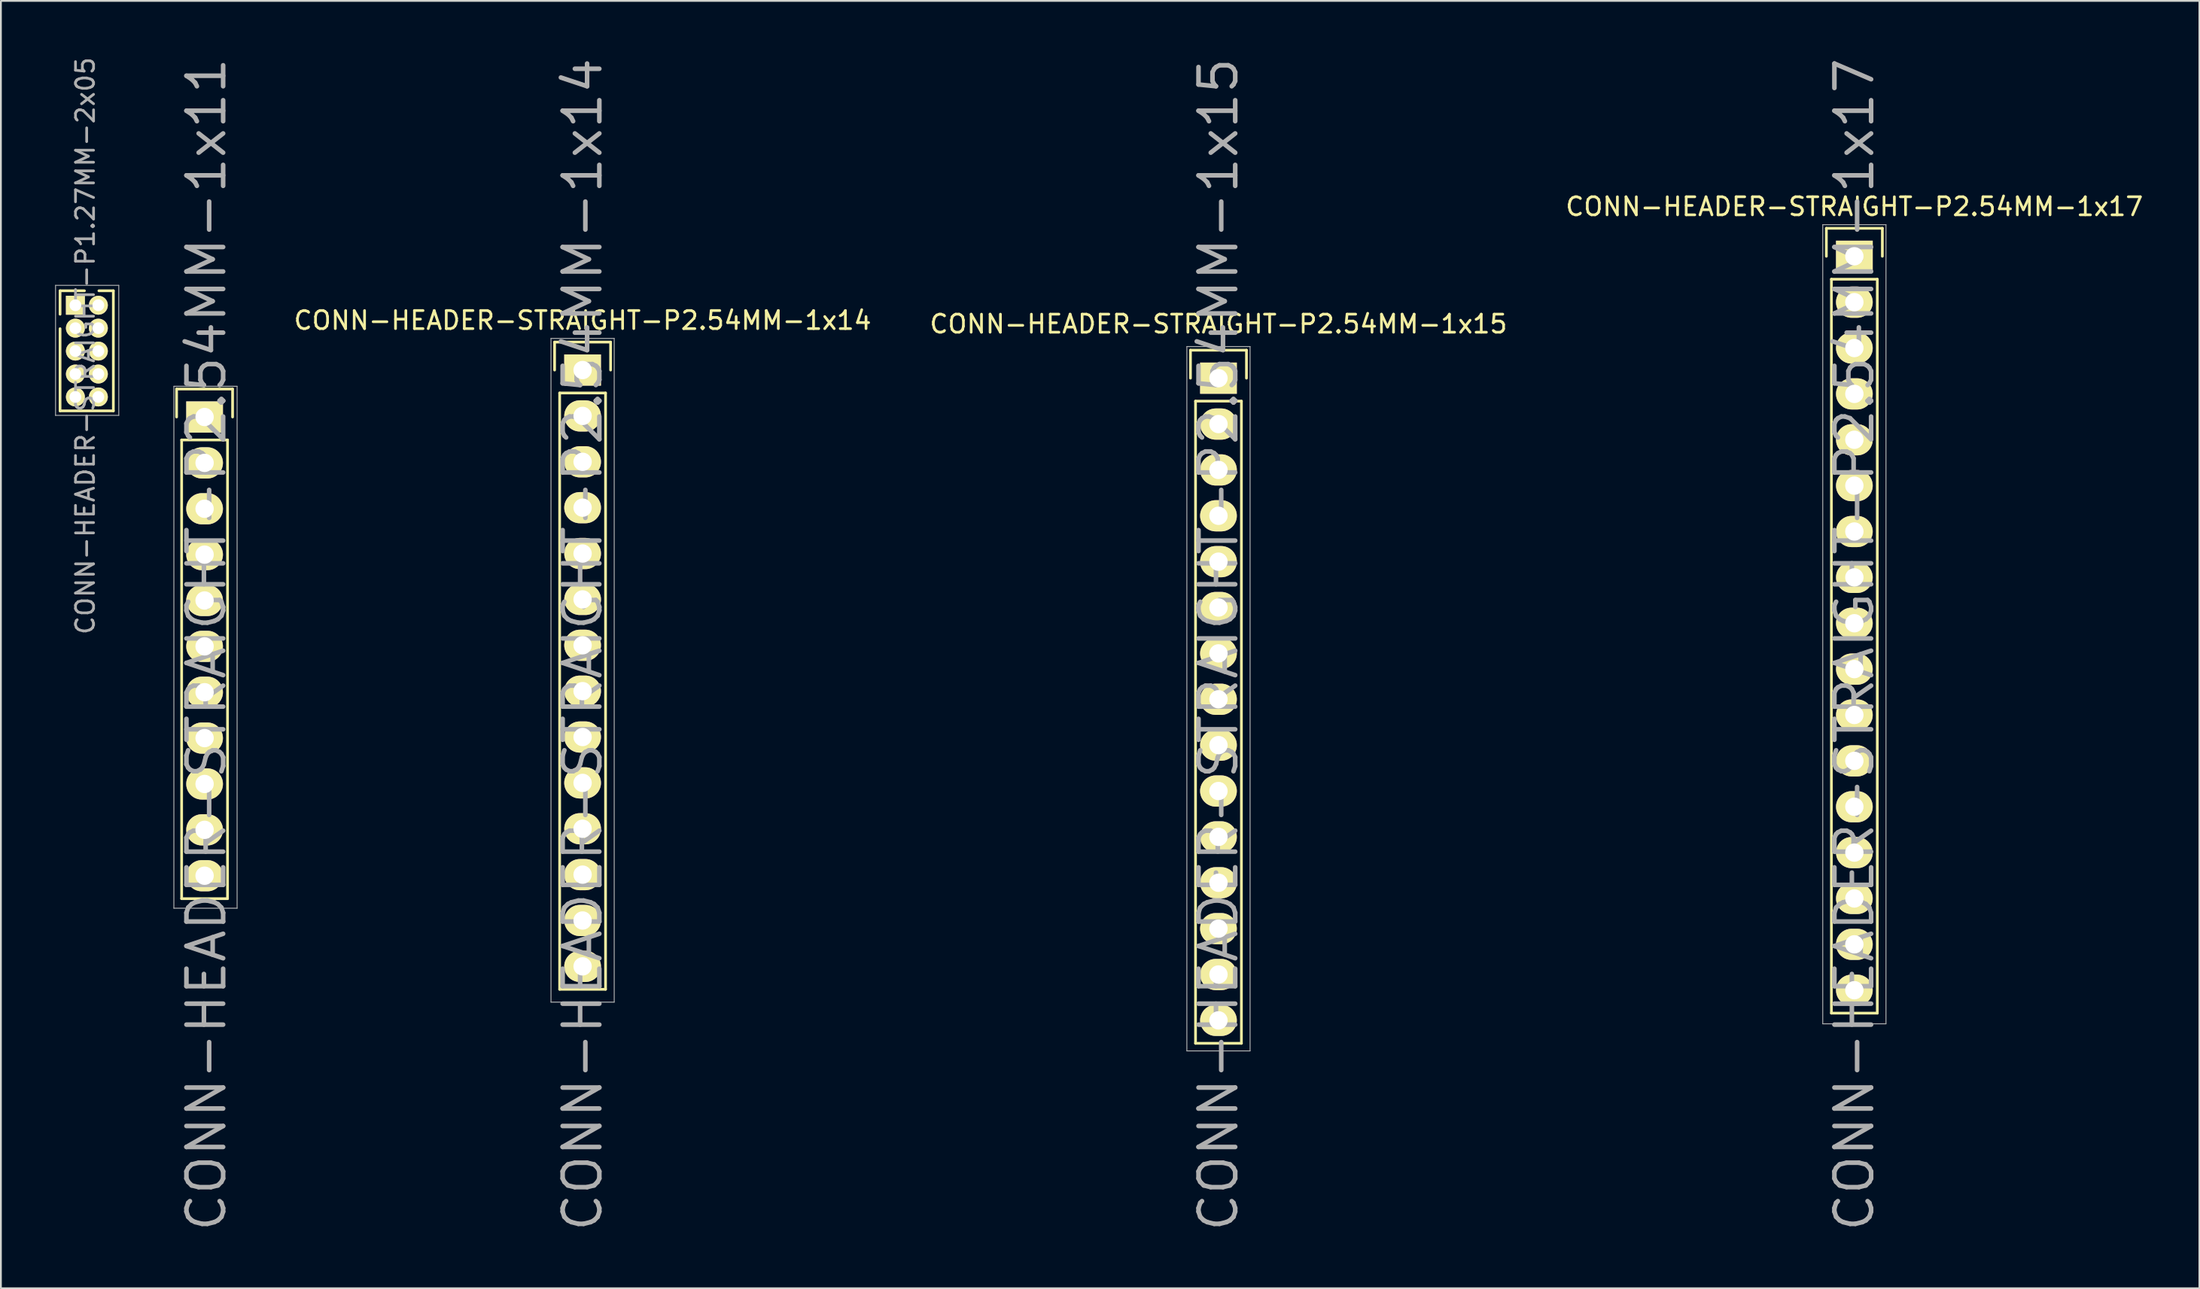
<source format=kicad_pcb>
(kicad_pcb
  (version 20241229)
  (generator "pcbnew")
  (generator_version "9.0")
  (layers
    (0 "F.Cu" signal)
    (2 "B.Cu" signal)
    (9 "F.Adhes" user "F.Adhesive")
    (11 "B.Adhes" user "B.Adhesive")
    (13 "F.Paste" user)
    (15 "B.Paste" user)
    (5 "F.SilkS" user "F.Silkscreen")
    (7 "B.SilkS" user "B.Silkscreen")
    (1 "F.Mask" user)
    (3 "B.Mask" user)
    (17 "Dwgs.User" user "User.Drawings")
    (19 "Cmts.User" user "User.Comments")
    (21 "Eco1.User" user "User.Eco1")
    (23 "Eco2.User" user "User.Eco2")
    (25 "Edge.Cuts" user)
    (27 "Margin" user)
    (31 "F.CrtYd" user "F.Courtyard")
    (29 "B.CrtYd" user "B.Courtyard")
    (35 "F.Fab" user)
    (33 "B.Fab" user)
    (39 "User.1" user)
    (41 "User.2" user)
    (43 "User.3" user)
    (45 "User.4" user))
  (footprint "CONN-HEADER-STRAIGHT-P2.54MM-1x15"
    (layer "F.Cu")
    (at 64.405 17.891)
    (property "Reference" "CONN-HEADER-STRAIGHT-P2.54MM-1x15" (at 0 14.75 90) (layer "F.Fab") (effects (font (size 2.032 2.032) (thickness 0.254))))
    (attr through_hole)
    (fp_line (start -1.55 -1.55) (end 1.55 -1.55) (stroke (width 0.15) (type solid)) (layer "F.SilkS"))
    (fp_line (start -1.55 0) (end -1.55 -1.55) (stroke (width 0.15) (type solid)) (layer "F.SilkS"))
    (fp_line (start -1.27 1.27) (end -1.27 36.83) (stroke (width 0.15) (type solid)) (layer "F.SilkS"))
    (fp_line (start -1.27 36.83) (end 1.27 36.83) (stroke (width 0.15) (type solid)) (layer "F.SilkS"))
    (fp_line (start 1.27 1.27) (end -1.27 1.27) (stroke (width 0.15) (type solid)) (layer "F.SilkS"))
    (fp_line (start 1.27 36.83) (end 1.27 1.27) (stroke (width 0.15) (type solid)) (layer "F.SilkS"))
    (fp_line (start 1.55 -1.55) (end 1.55 0) (stroke (width 0.15) (type solid)) (layer "F.SilkS"))
    (fp_line (start -1.75 -1.75) (end 1.75 -1.75) (stroke (width 0.051) (type solid)) (layer "F.Fab"))
    (fp_line (start -1.75 37.25) (end -1.75 -1.75) (stroke (width 0.051) (type solid)) (layer "F.Fab"))
    (fp_line (start 1.75 -1.75) (end 1.75 37.25) (stroke (width 0.051) (type solid)) (layer "F.Fab"))
    (fp_line (start 1.75 37.25) (end -1.75 37.25) (stroke (width 0.051) (type solid)) (layer "F.Fab"))
    (fp_text user "${REFERENCE}" (at 0 -3 0) (layer "F.SilkS") (effects (font (size 1 1) (thickness 0.15))))
    (pad "1" thru_hole rect (at 0 0) (size 2.032 1.727) (drill 1.016) (layers "*.Cu" "*.Mask" "F.SilkS"))
    (pad "2" thru_hole oval (at 0 2.54) (size 2.032 1.727) (drill 1.016) (layers "*.Cu" "*.Mask" "F.SilkS"))
    (pad "3" thru_hole oval (at 0 5.08) (size 2.032 1.727) (drill 1.016) (layers "*.Cu" "*.Mask" "F.SilkS"))
    (pad "4" thru_hole oval (at 0 7.62) (size 2.032 1.727) (drill 1.016) (layers "*.Cu" "*.Mask" "F.SilkS"))
    (pad "5" thru_hole oval (at 0 10.16) (size 2.032 1.727) (drill 1.016) (layers "*.Cu" "*.Mask" "F.SilkS"))
    (pad "6" thru_hole oval (at 0 12.7) (size 2.032 1.727) (drill 1.016) (layers "*.Cu" "*.Mask" "F.SilkS"))
    (pad "7" thru_hole oval (at 0 15.24) (size 2.032 1.727) (drill 1.016) (layers "*.Cu" "*.Mask" "F.SilkS"))
    (pad "8" thru_hole oval (at 0 17.78) (size 2.032 1.727) (drill 1.016) (layers "*.Cu" "*.Mask" "F.SilkS"))
    (pad "9" thru_hole oval (at 0 20.32) (size 2.032 1.727) (drill 1.016) (layers "*.Cu" "*.Mask" "F.SilkS"))
    (pad "10" thru_hole oval (at 0 22.86) (size 2.032 1.727) (drill 1.016) (layers "*.Cu" "*.Mask" "F.SilkS"))
    (pad "11" thru_hole oval (at 0 25.4) (size 2.032 1.727) (drill 1.016) (layers "*.Cu" "*.Mask" "F.SilkS"))
    (pad "12" thru_hole oval (at 0 27.94) (size 2.032 1.727) (drill 1.016) (layers "*.Cu" "*.Mask" "F.SilkS"))
    (pad "13" thru_hole oval (at 0 30.48) (size 2.032 1.727) (drill 1.016) (layers "*.Cu" "*.Mask" "F.SilkS"))
    (pad "14" thru_hole oval (at 0 33.02) (size 2.032 1.727) (drill 1.016) (layers "*.Cu" "*.Mask" "F.SilkS"))
    (pad "15" thru_hole oval (at 0 35.56) (size 2.032 1.727) (drill 1.016) (layers "*.Cu" "*.Mask" "F.SilkS")))
  (footprint "CONN-HEADER-STRAIGHT-P2.54MM-1x14"
    (layer "F.Cu")
    (at 29.203 17.441)
    (property "Reference" "CONN-HEADER-STRAIGHT-P2.54MM-1x14" (at 0 15.2 90) (layer "F.Fab") (effects (font (size 2.032 2.032) (thickness 0.254))))
    (attr through_hole)
    (fp_line (start -1.55 -1.55) (end 1.55 -1.55) (stroke (width 0.15) (type solid)) (layer "F.SilkS"))
    (fp_line (start -1.55 0) (end -1.55 -1.55) (stroke (width 0.15) (type solid)) (layer "F.SilkS"))
    (fp_line (start -1.27 1.27) (end -1.27 34.29) (stroke (width 0.15) (type solid)) (layer "F.SilkS"))
    (fp_line (start -1.27 34.29) (end 1.27 34.29) (stroke (width 0.15) (type solid)) (layer "F.SilkS"))
    (fp_line (start 1.27 1.27) (end -1.27 1.27) (stroke (width 0.15) (type solid)) (layer "F.SilkS"))
    (fp_line (start 1.27 34.29) (end 1.27 1.27) (stroke (width 0.15) (type solid)) (layer "F.SilkS"))
    (fp_line (start 1.55 -1.55) (end 1.55 0) (stroke (width 0.15) (type solid)) (layer "F.SilkS"))
    (fp_line (start -1.75 -1.75) (end 1.75 -1.75) (stroke (width 0.051) (type solid)) (layer "F.Fab"))
    (fp_line (start -1.75 35) (end -1.75 -1.75) (stroke (width 0.051) (type solid)) (layer "F.Fab"))
    (fp_line (start 1.75 -1.75) (end 1.75 35) (stroke (width 0.051) (type solid)) (layer "F.Fab"))
    (fp_line (start 1.75 35) (end -1.75 35) (stroke (width 0.051) (type solid)) (layer "F.Fab"))
    (fp_text user "${REFERENCE}" (at 0 -2.75 0) (layer "F.SilkS") (effects (font (size 1 1) (thickness 0.15))))
    (pad "1" thru_hole rect (at 0 0) (size 2.032 1.727) (drill 1.016) (layers "*.Cu" "*.Mask" "F.SilkS"))
    (pad "2" thru_hole oval (at 0 2.54) (size 2.032 1.727) (drill 1.016) (layers "*.Cu" "*.Mask" "F.SilkS"))
    (pad "3" thru_hole oval (at 0 5.08) (size 2.032 1.727) (drill 1.016) (layers "*.Cu" "*.Mask" "F.SilkS"))
    (pad "4" thru_hole oval (at 0 7.62) (size 2.032 1.727) (drill 1.016) (layers "*.Cu" "*.Mask" "F.SilkS"))
    (pad "5" thru_hole oval (at 0 10.16) (size 2.032 1.727) (drill 1.016) (layers "*.Cu" "*.Mask" "F.SilkS"))
    (pad "6" thru_hole oval (at 0 12.7) (size 2.032 1.727) (drill 1.016) (layers "*.Cu" "*.Mask" "F.SilkS"))
    (pad "7" thru_hole oval (at 0 15.24) (size 2.032 1.727) (drill 1.016) (layers "*.Cu" "*.Mask" "F.SilkS"))
    (pad "8" thru_hole oval (at 0 17.78) (size 2.032 1.727) (drill 1.016) (layers "*.Cu" "*.Mask" "F.SilkS"))
    (pad "9" thru_hole oval (at 0 20.32) (size 2.032 1.727) (drill 1.016) (layers "*.Cu" "*.Mask" "F.SilkS"))
    (pad "10" thru_hole oval (at 0 22.86) (size 2.032 1.727) (drill 1.016) (layers "*.Cu" "*.Mask" "F.SilkS"))
    (pad "11" thru_hole oval (at 0 25.4) (size 2.032 1.727) (drill 1.016) (layers "*.Cu" "*.Mask" "F.SilkS"))
    (pad "12" thru_hole oval (at 0 27.94) (size 2.032 1.727) (drill 1.016) (layers "*.Cu" "*.Mask" "F.SilkS"))
    (pad "13" thru_hole oval (at 0 30.48) (size 2.032 1.727) (drill 1.016) (layers "*.Cu" "*.Mask" "F.SilkS"))
    (pad "14" thru_hole oval (at 0 33.02) (size 2.032 1.727) (drill 1.016) (layers "*.Cu" "*.Mask" "F.SilkS")))
  (footprint "CONN-HEADER-STRAIGHT-P2.54MM-1x11"
    (layer "F.Cu")
    (at 8.276 20.041)
    (property "Reference" "CONN-HEADER-STRAIGHT-P2.54MM-1x11" (at 0.1 12.6 90) (layer "F.Fab") (effects (font (size 2.032 2.032) (thickness 0.254))))
    (attr through_hole)
    (fp_line (start -1.55 -1.55) (end 1.55 -1.55) (stroke (width 0.15) (type solid)) (layer "F.SilkS"))
    (fp_line (start -1.55 0) (end -1.55 -1.55) (stroke (width 0.15) (type solid)) (layer "F.SilkS"))
    (fp_line (start -1.27 26.67) (end -1.27 1.27) (stroke (width 0.15) (type solid)) (layer "F.SilkS"))
    (fp_line (start 1.27 1.27) (end -1.27 1.27) (stroke (width 0.15) (type solid)) (layer "F.SilkS"))
    (fp_line (start 1.27 1.27) (end 1.27 26.67) (stroke (width 0.15) (type solid)) (layer "F.SilkS"))
    (fp_line (start 1.27 26.67) (end -1.27 26.67) (stroke (width 0.15) (type solid)) (layer "F.SilkS"))
    (fp_line (start 1.55 -1.55) (end 1.55 0) (stroke (width 0.15) (type solid)) (layer "F.SilkS"))
    (fp_line (start -1.7 -1.7) (end 1.8 -1.7) (stroke (width 0.051) (type solid)) (layer "F.Fab"))
    (fp_line (start -1.7 27.2) (end -1.7 -1.7) (stroke (width 0.051) (type solid)) (layer "F.Fab"))
    (fp_line (start 1.8 -1.7) (end 1.8 27.2) (stroke (width 0.051) (type solid)) (layer "F.Fab"))
    (fp_line (start 1.8 27.2) (end -1.7 27.2) (stroke (width 0.051) (type solid)) (layer "F.Fab"))
    (pad "1" thru_hole rect (at 0 0) (size 2.032 1.727) (drill 1.016) (layers "*.Cu" "*.Mask" "F.SilkS"))
    (pad "2" thru_hole oval (at 0 2.54) (size 2.032 1.727) (drill 1.016) (layers "*.Cu" "*.Mask" "F.SilkS"))
    (pad "3" thru_hole oval (at 0 5.08) (size 2.032 1.727) (drill 1.016) (layers "*.Cu" "*.Mask" "F.SilkS"))
    (pad "4" thru_hole oval (at 0 7.62) (size 2.032 1.727) (drill 1.016) (layers "*.Cu" "*.Mask" "F.SilkS"))
    (pad "5" thru_hole oval (at 0 10.16) (size 2.032 1.727) (drill 1.016) (layers "*.Cu" "*.Mask" "F.SilkS"))
    (pad "6" thru_hole oval (at 0 12.7) (size 2.032 1.727) (drill 1.016) (layers "*.Cu" "*.Mask" "F.SilkS"))
    (pad "7" thru_hole oval (at 0 15.24) (size 2.032 1.727) (drill 1.016) (layers "*.Cu" "*.Mask" "F.SilkS"))
    (pad "8" thru_hole oval (at 0 17.78) (size 2.032 1.727) (drill 1.016) (layers "*.Cu" "*.Mask" "F.SilkS"))
    (pad "9" thru_hole oval (at 0 20.32) (size 2.032 1.727) (drill 1.016) (layers "*.Cu" "*.Mask" "F.SilkS"))
    (pad "10" thru_hole oval (at 0 22.86) (size 2.032 1.727) (drill 1.016) (layers "*.Cu" "*.Mask" "F.SilkS"))
    (pad "11" thru_hole oval (at 0 25.4) (size 2.032 1.727) (drill 1.016) (layers "*.Cu" "*.Mask" "F.SilkS")))
  (footprint "CONN-HEADER-STRAIGHT-P2.54MM-1x17"
    (layer "F.Cu")
    (at 99.608 11.141)
    (property "Reference" "CONN-HEADER-STRAIGHT-P2.54MM-1x17" (at 0 21.5 90) (layer "F.Fab") (effects (font (size 2.032 2.032) (thickness 0.254))))
    (attr through_hole)
    (fp_line (start -1.55 -1.55) (end 1.55 -1.55) (stroke (width 0.15) (type solid)) (layer "F.SilkS"))
    (fp_line (start -1.55 0) (end -1.55 -1.55) (stroke (width 0.15) (type solid)) (layer "F.SilkS"))
    (fp_line (start -1.27 41.91) (end -1.27 1.27) (stroke (width 0.15) (type solid)) (layer "F.SilkS"))
    (fp_line (start 1.27 1.27) (end -1.27 1.27) (stroke (width 0.15) (type solid)) (layer "F.SilkS"))
    (fp_line (start 1.27 1.27) (end 1.27 41.91) (stroke (width 0.15) (type solid)) (layer "F.SilkS"))
    (fp_line (start 1.27 41.91) (end -1.27 41.91) (stroke (width 0.15) (type solid)) (layer "F.SilkS"))
    (fp_line (start 1.55 -1.55) (end 1.55 0) (stroke (width 0.15) (type solid)) (layer "F.SilkS"))
    (fp_line (start -1.75 -1.75) (end -1.75 42.5) (stroke (width 0.051) (type solid)) (layer "F.Fab"))
    (fp_line (start -1.75 42.5) (end 1.75 42.5) (stroke (width 0.051) (type solid)) (layer "F.Fab"))
    (fp_line (start 1.75 -1.75) (end -1.75 -1.75) (stroke (width 0.051) (type solid)) (layer "F.Fab"))
    (fp_line (start 1.75 42.5) (end 1.75 -1.75) (stroke (width 0.051) (type solid)) (layer "F.Fab"))
    (fp_text user "${REFERENCE}" (at 0 -2.75 0) (layer "F.SilkS") (effects (font (size 1 1) (thickness 0.15))))
    (pad "1" thru_hole rect (at 0 0) (size 2.032 1.727) (drill 1.016) (layers "*.Cu" "*.Mask" "F.SilkS"))
    (pad "2" thru_hole oval (at 0 2.54) (size 2.032 1.727) (drill 1.016) (layers "*.Cu" "*.Mask" "F.SilkS"))
    (pad "3" thru_hole oval (at 0 5.08) (size 2.032 1.727) (drill 1.016) (layers "*.Cu" "*.Mask" "F.SilkS"))
    (pad "4" thru_hole oval (at 0 7.62) (size 2.032 1.727) (drill 1.016) (layers "*.Cu" "*.Mask" "F.SilkS"))
    (pad "5" thru_hole oval (at 0 10.16) (size 2.032 1.727) (drill 1.016) (layers "*.Cu" "*.Mask" "F.SilkS"))
    (pad "6" thru_hole oval (at 0 12.7) (size 2.032 1.727) (drill 1.016) (layers "*.Cu" "*.Mask" "F.SilkS"))
    (pad "7" thru_hole oval (at 0 15.24) (size 2.032 1.727) (drill 1.016) (layers "*.Cu" "*.Mask" "F.SilkS"))
    (pad "8" thru_hole oval (at 0 17.78) (size 2.032 1.727) (drill 1.016) (layers "*.Cu" "*.Mask" "F.SilkS"))
    (pad "9" thru_hole oval (at 0 20.32) (size 2.032 1.727) (drill 1.016) (layers "*.Cu" "*.Mask" "F.SilkS"))
    (pad "10" thru_hole oval (at 0 22.86) (size 2.032 1.727) (drill 1.016) (layers "*.Cu" "*.Mask" "F.SilkS"))
    (pad "11" thru_hole oval (at 0 25.4) (size 2.032 1.727) (drill 1.016) (layers "*.Cu" "*.Mask" "F.SilkS"))
    (pad "12" thru_hole oval (at 0 27.94) (size 2.032 1.727) (drill 1.016) (layers "*.Cu" "*.Mask" "F.SilkS"))
    (pad "13" thru_hole oval (at 0 30.48) (size 2.032 1.727) (drill 1.016) (layers "*.Cu" "*.Mask" "F.SilkS"))
    (pad "14" thru_hole oval (at 0 33.02) (size 2.032 1.727) (drill 1.016) (layers "*.Cu" "*.Mask" "F.SilkS"))
    (pad "15" thru_hole oval (at 0 35.56) (size 2.032 1.727) (drill 1.016) (layers "*.Cu" "*.Mask" "F.SilkS"))
    (pad "16" thru_hole oval (at 0 38.1) (size 2.032 1.727) (drill 1.016) (layers "*.Cu" "*.Mask" "F.SilkS"))
    (pad "17" thru_hole oval (at 0 40.64) (size 2.032 1.727) (drill 1.016) (layers "*.Cu" "*.Mask" "F.SilkS")))
  (footprint "CONN-HEADER-STRAIGHT-P1.27MM-2x05"
    (layer "F.Cu")
    (at 1.125 13.851)
    (property "Reference" "CONN-HEADER-STRAIGHT-P1.27MM-2x05" (at 0.55 2.25 90) (layer "F.Fab") (effects (font (size 1 1) (thickness 0.15))))
    (attr through_hole)
    (fp_line (start -0.85 -0.8) (end -0.85 0.5) (stroke (width 0.15) (type solid)) (layer "F.SilkS"))
    (fp_line (start -0.85 5.85) (end -0.85 1.3) (stroke (width 0.15) (type solid)) (layer "F.SilkS"))
    (fp_line (start 0.5 -0.8) (end -0.85 -0.8) (stroke (width 0.15) (type solid)) (layer "F.SilkS"))
    (fp_line (start 2.1 -0.8) (end 1.3 -0.8) (stroke (width 0.15) (type solid)) (layer "F.SilkS"))
    (fp_line (start 2.1 5.85) (end -0.85 5.85) (stroke (width 0.15) (type solid)) (layer "F.SilkS"))
    (fp_line (start 2.1 5.85) (end 2.1 -0.8) (stroke (width 0.15) (type solid)) (layer "F.SilkS"))
    (fp_line (start -1.1 -1.1) (end -1.1 6.1) (stroke (width 0.051) (type solid)) (layer "F.Fab"))
    (fp_line (start -1.1 6.1) (end 2.4 6.1) (stroke (width 0.051) (type solid)) (layer "F.Fab"))
    (fp_line (start 2.4 -1.1) (end -1.1 -1.1) (stroke (width 0.051) (type solid)) (layer "F.Fab"))
    (fp_line (start 2.4 6.1) (end 2.4 -1.1) (stroke (width 0.051) (type solid)) (layer "F.Fab"))
    (pad "1" thru_hole rect (at 0 0) (size 1.05 1.05) (drill 0.65) (layers "*.Cu" "*.Mask" "F.SilkS"))
    (pad "2" thru_hole circle (at 1.27 0) (size 1.05 1.05) (drill 0.65) (layers "*.Cu" "*.Mask" "F.SilkS"))
    (pad "3" thru_hole circle (at 0 1.27) (size 1.05 1.05) (drill 0.65) (layers "*.Cu" "*.Mask" "F.SilkS"))
    (pad "4" thru_hole circle (at 1.27 1.27) (size 1.05 1.05) (drill 0.65) (layers "*.Cu" "*.Mask" "F.SilkS"))
    (pad "5" thru_hole circle (at 0 2.54) (size 1.05 1.05) (drill 0.65) (layers "*.Cu" "*.Mask" "F.SilkS"))
    (pad "6" thru_hole circle (at 1.27 2.54) (size 1.05 1.05) (drill 0.65) (layers "*.Cu" "*.Mask" "F.SilkS"))
    (pad "7" thru_hole circle (at 0 3.81) (size 1.05 1.05) (drill 0.65) (layers "*.Cu" "*.Mask" "F.SilkS"))
    (pad "8" thru_hole circle (at 1.27 3.81) (size 1.05 1.05) (drill 0.65) (layers "*.Cu" "*.Mask" "F.SilkS"))
    (pad "9" thru_hole circle (at 0 5.08) (size 1.05 1.05) (drill 0.65) (layers "*.Cu" "*.Mask" "F.SilkS"))
    (pad "10" thru_hole circle (at 1.27 5.08) (size 1.05 1.05) (drill 0.65) (layers "*.Cu" "*.Mask" "F.SilkS")))
  (gr_rect
    (start -3 -3)
    (end 118.709 68.283)
    (stroke (width 0.1) (type default))
    (fill no)
    (layer "Edge.Cuts")))
</source>
